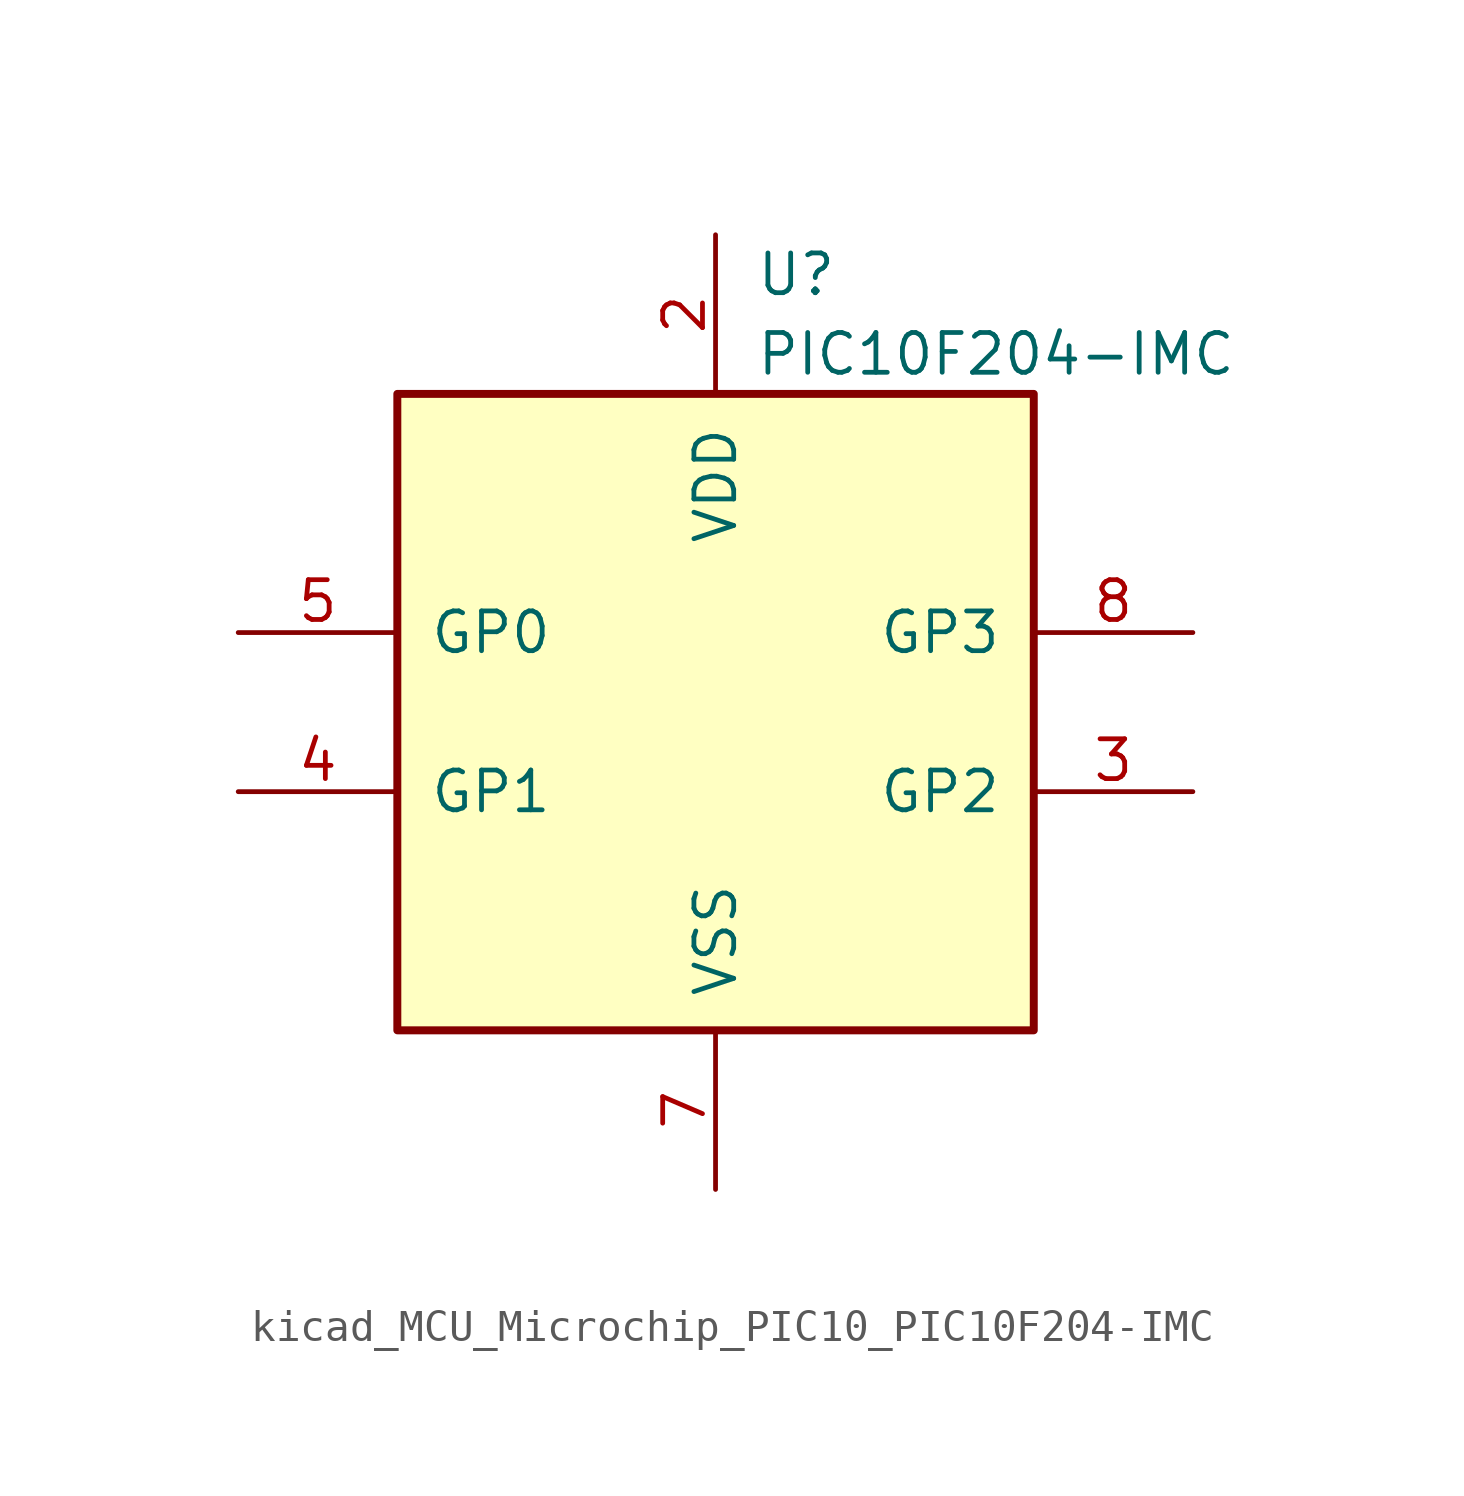
<source format=kicad_sym>
(kicad_symbol_lib
  (version 20220914)
  (generator kicad_symbol_editor)
  (symbol "kicad_MCU_Microchip_PIC10_PIC10F204-IMC"
    (pin_names
      (offset 1.016))
    (property "Reference" "U"
      (at 1.27 13.97 0)
      (effects (font (size 1.27 1.27)) (justify left)))
    (property "Value" "PIC10F204-IMC"
      (at 1.27 11.43 0)
      (effects (font (size 1.27 1.27)) (justify left)))
    (symbol "kicad_MCU_Microchip_PIC10_PIC10F204-IMC_0_1"
      (rectangle (start -10.16 10.16) (end 10.16 -10.16) (stroke (width 0.254) (type default)) (fill (type background))))
    (symbol "kicad_MCU_Microchip_PIC10_PIC10F204-IMC_1_1"
      (pin power_in line (at 0 15.24 270) (length 5.08) (name "VDD" (effects (font (size 1.27 1.27)))) (number "2" (effects (font (size 1.27 1.27)))))
      (pin bidirectional line (at 15.24 -2.54 180) (length 5.08) (name "GP2" (effects (font (size 1.27 1.27)))) (number "3" (effects (font (size 1.27 1.27)))))
      (pin bidirectional line (at -15.24 -2.54 0) (length 5.08) (name "GP1" (effects (font (size 1.27 1.27)))) (number "4" (effects (font (size 1.27 1.27)))))
      (pin bidirectional line (at -15.24 2.54 0) (length 5.08) (name "GP0" (effects (font (size 1.27 1.27)))) (number "5" (effects (font (size 1.27 1.27)))))
      (pin power_in line (at 0 -15.24 90) (length 5.08) (name "VSS" (effects (font (size 1.27 1.27)))) (number "7" (effects (font (size 1.27 1.27)))))
      (pin input line (at 15.24 2.54 180) (length 5.08) (name "GP3" (effects (font (size 1.27 1.27)))) (number "8" (effects (font (size 1.27 1.27))))))))
</source>
